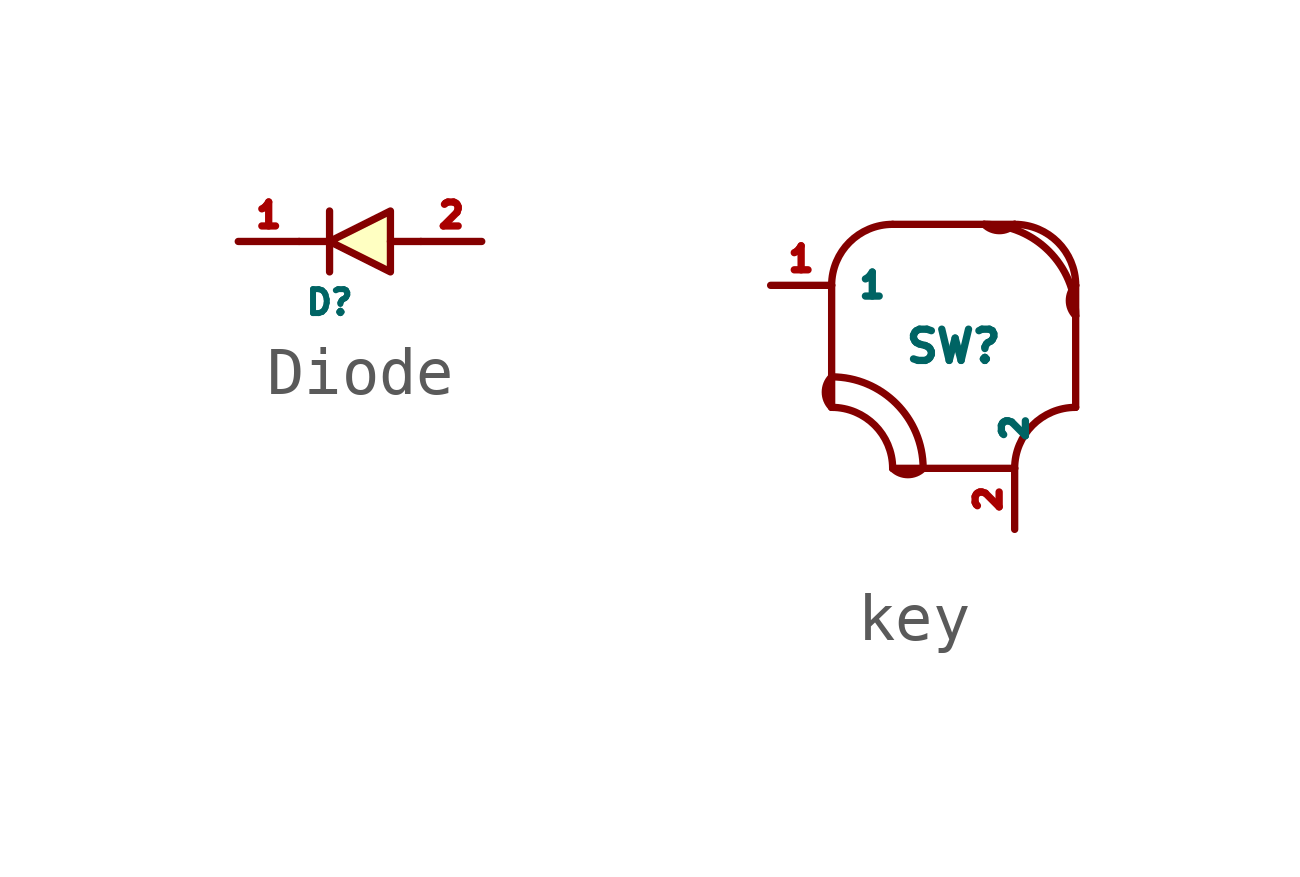
<source format=kicad_sym>
(kicad_symbol_lib
  (version 20211014)
  (generator kicad_symbol_editor)
  (symbol "Diode"
    (property "Reference" "D"
      (at -0.635 -1.27 0)
      (effects (font (size 0.5 0.5))))
    (symbol "Diode_0_1"
      (polyline (pts (xy -1.27 0) (xy -0.635 0)) (stroke (width 0) (type default) (color 0 0 0 0)) (fill (type none)))
      (polyline (pts (xy 0.635 0) (xy 1.27 0)) (stroke (width 0) (type default) (color 0 0 0 0)) (fill (type none)))
      (polyline (pts (xy -0.635 0.635) (xy -0.635 -0.635) (xy -0.635 0)) (stroke (width 0) (type default) (color 0 0 0 0)) (fill (type none)))
      (polyline (pts (xy -0.635 0) (xy 0.635 0.635) (xy 0.635 -0.635) (xy -0.635 0)) (stroke (width 0) (type default) (color 0 0 0 0)) (fill (type background))))
    (symbol "Diode_1_1"
      (pin bidirectional line (at -2.54 0 0) (length 1.27) (name "" (effects (font (size 0.5 0.5)))) (number "1" (effects (font (size 0.5 0.5)))))
      (pin bidirectional line (at 2.54 0 180) (length 1.27) (name "" (effects (font (size 0.5 0.5)))) (number "2" (effects (font (size 0.5 0.5)))))))
  (symbol "key"
    (property "Reference" "SW"
      (at 0 0 0)
      (effects (font (size 0.65 0.65))))
    (symbol "key_0_1"
      (arc (start -2.54 -0.635) (mid -2.6715 -0.9525) (end -2.54 -1.27) (stroke (width 0) (type default) (color 0 0 0 0)) (fill (type none)))
      (arc (start -1.27 -2.54) (mid -1.642 -1.642) (end -2.54 -1.27) (stroke (width 0) (type default) (color 0 0 0 0)) (fill (type none)))
      (arc (start -1.27 -2.54) (mid -0.9525 -2.6715) (end -0.635 -2.54) (stroke (width 0) (type default) (color 0 0 0 0)) (fill (type none)))
      (arc (start -1.27 2.54) (mid -2.168 2.168) (end -2.54 1.27) (stroke (width 0) (type default) (color 0 0 0 0)) (fill (type none)))
      (arc (start -0.635 -2.54) (mid -1.1935 -1.1935) (end -2.54 -0.635) (stroke (width 0) (type default) (color 0 0 0 0)) (fill (type none)))
      (polyline (pts (xy -2.54 -1.27) (xy -2.54 1.27)) (stroke (width 0) (type default) (color 0 0 0 0)) (fill (type none)))
      (polyline (pts (xy -1.27 -2.54) (xy 1.27 -2.54)) (stroke (width 0) (type default) (color 0 0 0 0)) (fill (type none)))
      (polyline (pts (xy 1.27 2.54) (xy -1.27 2.54)) (stroke (width 0) (type default) (color 0 0 0 0)) (fill (type none)))
      (polyline (pts (xy 2.54 -1.27) (xy 2.54 1.27)) (stroke (width 0) (type default) (color 0 0 0 0)) (fill (type none)))
      (arc (start 0.635 2.54) (mid 0.9525 1.7735) (end 1.27 2.54) (stroke (width 0) (type default) (color 0 0 0 0)) (fill (type none)))
      (arc (start 2.54 -1.27) (mid 0.372 -0.372) (end 1.27 -2.54) (stroke (width 0) (type default) (color 0 0 0 0)) (fill (type none)))
      (arc (start 2.54 0.635) (mid 3.887 3.887) (end 0.635 2.54) (stroke (width 0) (type default) (color 0 0 0 0)) (fill (type none)))
      (arc (start 2.54 1.27) (mid 3.438 3.438) (end 1.27 2.54) (stroke (width 0) (type default) (color 0 0 0 0)) (fill (type none)))
      (arc (start 2.54 1.27) (mid 1.7735 0.9525) (end 2.54 0.635) (stroke (width 0) (type default) (color 0 0 0 0)) (fill (type none))))
    (symbol "key_1_1"
      (pin bidirectional line (at -3.81 1.27 0) (length 1.27) (name "1" (effects (font (size 0.5 0.5)))) (number "1" (effects (font (size 0.5 0.5)))))
      (pin bidirectional line (at 1.27 -3.81 90) (length 1.27) (name "2" (effects (font (size 0.5 0.5)))) (number "2" (effects (font (size 0.5 0.5))))))))
</source>
